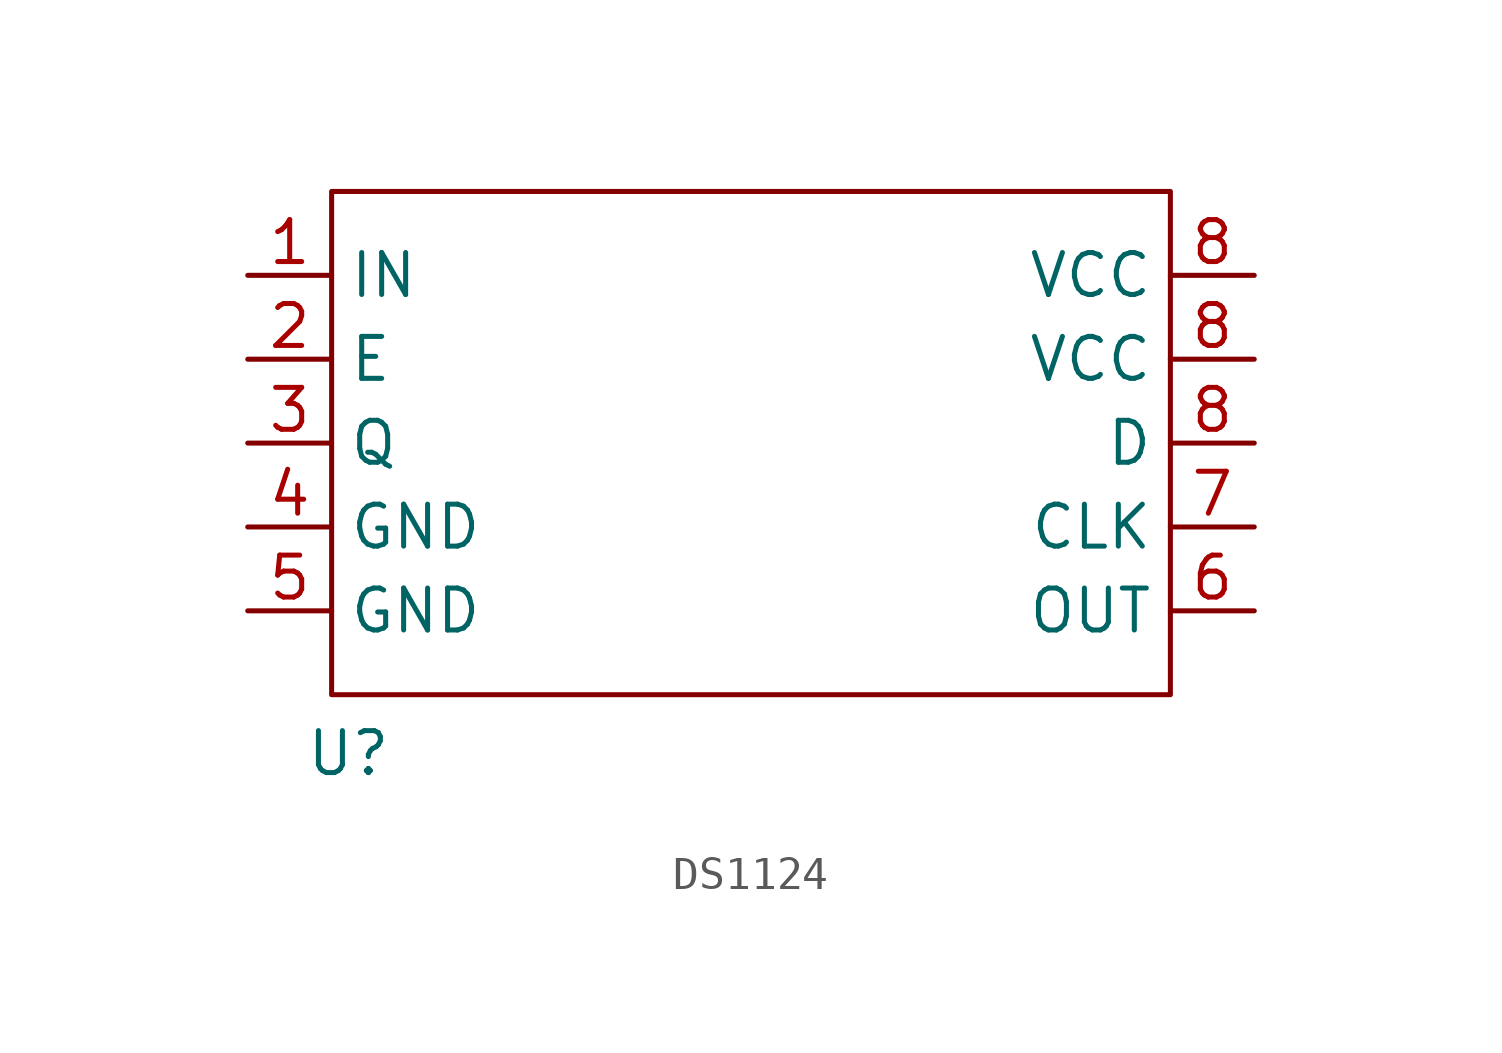
<source format=kicad_sym>
(kicad_symbol_lib
  (version 20241209)
  (generator "kicad_symbol_editor")
  (generator_version "9.0")
  (symbol "DS1124"
    (property "Reference" "U"
      (at -12.192 -10.668 0)
      (effects (font (size 1.27 1.27))))
    (property "Value" ""
      (at 0 0 0)
      (effects (font (size 1.27 1.27))))
    (symbol "DS1124_0_1"
      (rectangle (start -12.7 6.35) (end 12.7 -8.89) (stroke (width 0) (type default)) (fill (type none))))
    (symbol "DS1124_1_1"
      (pin input line (at -15.24 3.81 0) (length 2.54) (name "IN" (effects (font (size 1.27 1.27)))) (number "1" (effects (font (size 1.27 1.27)))))
      (pin input line (at -15.24 1.27 0) (length 2.54) (name "E" (effects (font (size 1.27 1.27)))) (number "2" (effects (font (size 1.27 1.27)))))
      (pin output line (at -15.24 -1.27 0) (length 2.54) (name "Q" (effects (font (size 1.27 1.27)))) (number "3" (effects (font (size 1.27 1.27)))))
      (pin input line (at -15.24 -3.81 0) (length 2.54) (name "GND" (effects (font (size 1.27 1.27)))) (number "4" (effects (font (size 1.27 1.27)))))
      (pin input line (at -15.24 -6.35 0) (length 2.54) (name "GND" (effects (font (size 1.27 1.27)))) (number "5" (effects (font (size 1.27 1.27)))))
      (pin power_in line (at 15.24 3.81 180) (length 2.54) (name "VCC" (effects (font (size 1.27 1.27)))) (number "8" (effects (font (size 1.27 1.27)))))
      (pin power_in line (at 15.24 1.27 180) (length 2.54) (name "VCC" (effects (font (size 1.27 1.27)))) (number "8" (effects (font (size 1.27 1.27)))))
      (pin input line (at 15.24 -1.27 180) (length 2.54) (name "D" (effects (font (size 1.27 1.27)))) (number "8" (effects (font (size 1.27 1.27)))))
      (pin input line (at 15.24 -3.81 180) (length 2.54) (name "CLK" (effects (font (size 1.27 1.27)))) (number "7" (effects (font (size 1.27 1.27)))))
      (pin output line (at 15.24 -6.35 180) (length 2.54) (name "OUT" (effects (font (size 1.27 1.27)))) (number "6" (effects (font (size 1.27 1.27))))))))
</source>
